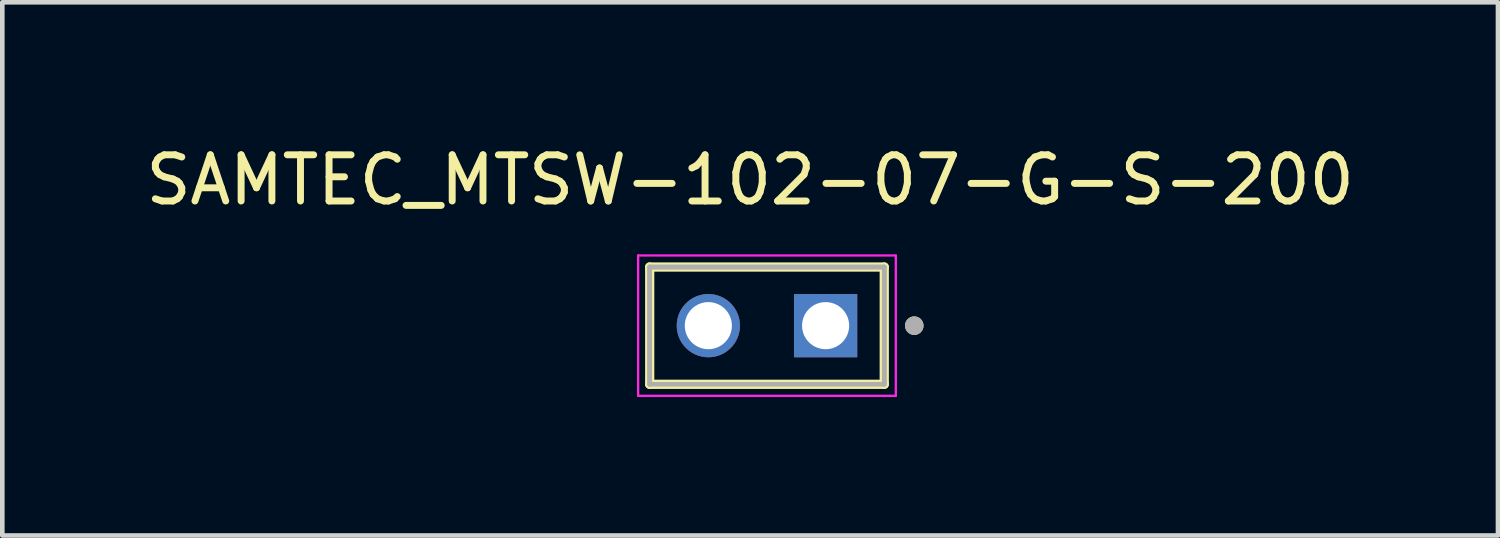
<source format=kicad_pcb>
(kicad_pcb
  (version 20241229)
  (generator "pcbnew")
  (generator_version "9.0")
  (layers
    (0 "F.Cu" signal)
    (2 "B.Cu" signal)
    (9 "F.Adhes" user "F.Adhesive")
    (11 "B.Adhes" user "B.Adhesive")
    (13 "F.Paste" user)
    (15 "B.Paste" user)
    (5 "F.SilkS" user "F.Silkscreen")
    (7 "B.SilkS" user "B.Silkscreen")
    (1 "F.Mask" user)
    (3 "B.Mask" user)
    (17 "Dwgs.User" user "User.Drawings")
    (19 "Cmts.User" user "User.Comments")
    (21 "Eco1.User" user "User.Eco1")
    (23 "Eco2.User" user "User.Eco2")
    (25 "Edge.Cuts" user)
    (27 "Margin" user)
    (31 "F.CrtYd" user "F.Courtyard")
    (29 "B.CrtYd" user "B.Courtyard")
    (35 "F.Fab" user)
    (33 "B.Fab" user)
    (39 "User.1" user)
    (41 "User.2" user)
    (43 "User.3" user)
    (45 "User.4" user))
  (footprint "SAMTEC_MTSW-102-07-G-S-200"
    (layer "F.Cu")
    (at 13.561 4.003)
    (property "Reference" "SAMTEC_MTSW-102-07-G-S-200" (at -0.365 -3.155 0) (layer "F.SilkS") (effects (font (size 1 1) (thickness 0.15))))
    (attr through_hole)
    (fp_line (start -2.54 1.27) (end -2.54 -1.27) (stroke (width 0.2) (type solid)) (layer "F.SilkS"))
    (fp_line (start 2.54 -1.27) (end -2.54 -1.27) (stroke (width 0.2) (type solid)) (layer "F.SilkS"))
    (fp_line (start 2.54 -1.27) (end 2.54 1.27) (stroke (width 0.2) (type solid)) (layer "F.SilkS"))
    (fp_line (start 2.54 1.27) (end -2.54 1.27) (stroke (width 0.2) (type solid)) (layer "F.SilkS"))
    (fp_circle (center 3.19 0) (end 3.29 0) (stroke (width 0.2) (type solid)) (fill no) (layer "F.SilkS"))
    (fp_line (start -2.79 -1.52) (end 2.79 -1.52) (stroke (width 0.05) (type solid)) (layer "F.CrtYd"))
    (fp_line (start -2.79 1.52) (end -2.79 -1.52) (stroke (width 0.05) (type solid)) (layer "F.CrtYd"))
    (fp_line (start 2.79 -1.52) (end 2.79 1.52) (stroke (width 0.05) (type solid)) (layer "F.CrtYd"))
    (fp_line (start 2.79 1.52) (end -2.79 1.52) (stroke (width 0.05) (type solid)) (layer "F.CrtYd"))
    (fp_line (start -2.54 -1.27) (end 2.54 -1.27) (stroke (width 0.1) (type solid)) (layer "F.Fab"))
    (fp_line (start -2.54 -1.27) (end 2.54 -1.27) (stroke (width 0.1) (type solid)) (layer "F.Fab"))
    (fp_line (start -2.54 1.27) (end -2.54 -1.27) (stroke (width 0.1) (type solid)) (layer "F.Fab"))
    (fp_line (start -2.54 1.27) (end -2.54 -1.27) (stroke (width 0.1) (type solid)) (layer "F.Fab"))
    (fp_line (start 2.54 -1.27) (end 2.54 1.27) (stroke (width 0.1) (type solid)) (layer "F.Fab"))
    (fp_line (start 2.54 -1.27) (end 2.54 1.27) (stroke (width 0.1) (type solid)) (layer "F.Fab"))
    (fp_line (start 2.54 1.27) (end -2.54 1.27) (stroke (width 0.1) (type solid)) (layer "F.Fab"))
    (fp_circle (center 3.19 0) (end 3.29 0) (stroke (width 0.2) (type solid)) (fill no) (layer "F.Fab"))
    (pad "01" thru_hole rect (at 1.27 0) (size 1.37 1.37) (drill 1.02) (layers "*.Cu" "*.Mask"))
    (pad "02" thru_hole circle (at -1.27 0) (size 1.37 1.37) (drill 1.02) (layers "*.Cu" "*.Mask")))
  (gr_rect
    (start -3 -3)
    (end 29.393 8.548)
    (stroke (width 0.1) (type default))
    (fill no)
    (layer "Edge.Cuts")))
</source>
